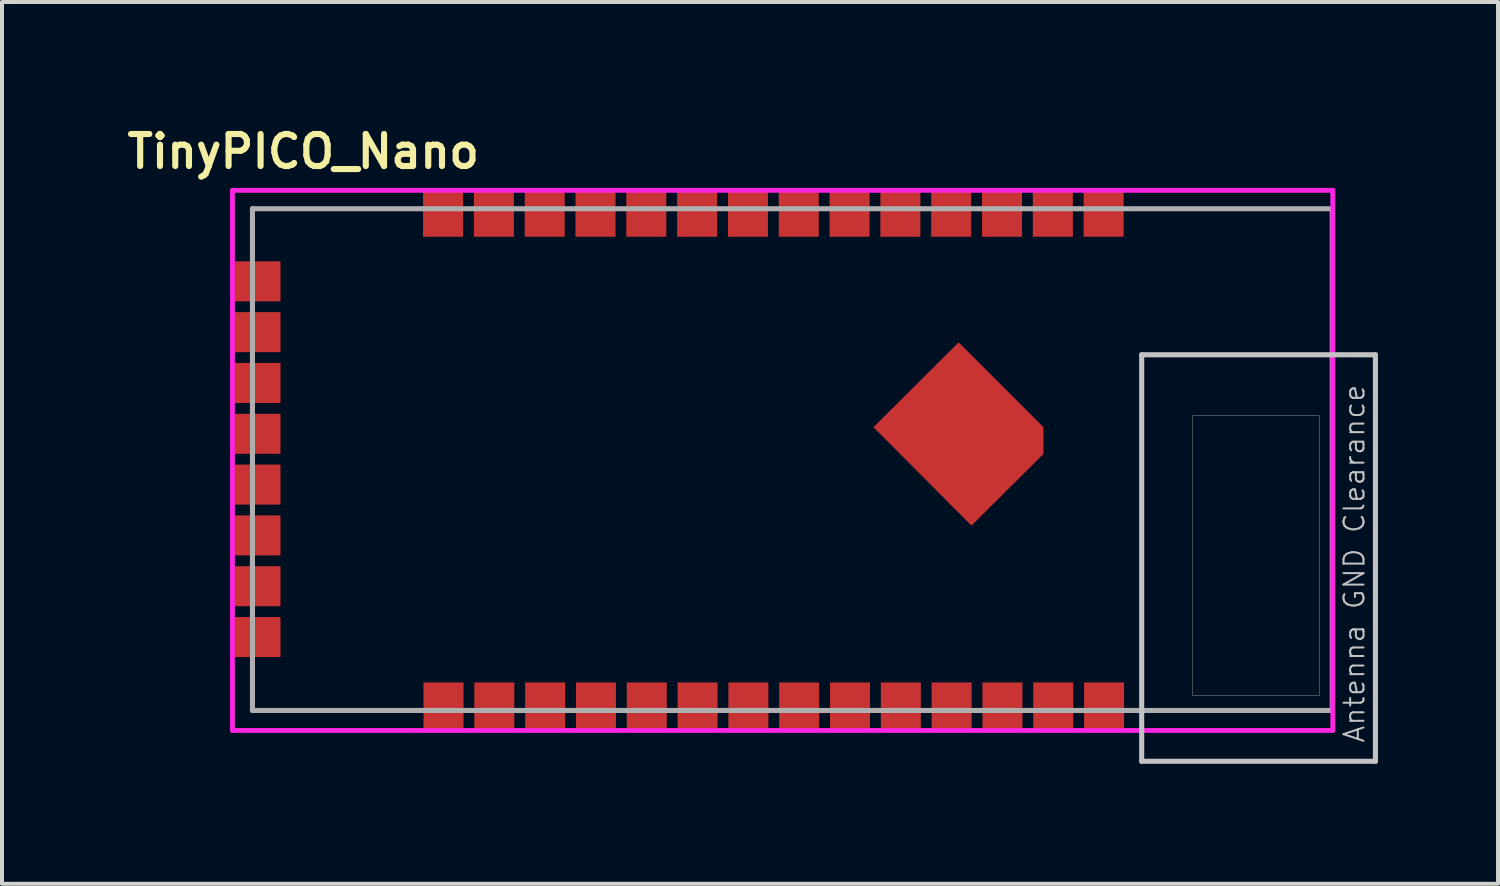
<source format=kicad_pcb>
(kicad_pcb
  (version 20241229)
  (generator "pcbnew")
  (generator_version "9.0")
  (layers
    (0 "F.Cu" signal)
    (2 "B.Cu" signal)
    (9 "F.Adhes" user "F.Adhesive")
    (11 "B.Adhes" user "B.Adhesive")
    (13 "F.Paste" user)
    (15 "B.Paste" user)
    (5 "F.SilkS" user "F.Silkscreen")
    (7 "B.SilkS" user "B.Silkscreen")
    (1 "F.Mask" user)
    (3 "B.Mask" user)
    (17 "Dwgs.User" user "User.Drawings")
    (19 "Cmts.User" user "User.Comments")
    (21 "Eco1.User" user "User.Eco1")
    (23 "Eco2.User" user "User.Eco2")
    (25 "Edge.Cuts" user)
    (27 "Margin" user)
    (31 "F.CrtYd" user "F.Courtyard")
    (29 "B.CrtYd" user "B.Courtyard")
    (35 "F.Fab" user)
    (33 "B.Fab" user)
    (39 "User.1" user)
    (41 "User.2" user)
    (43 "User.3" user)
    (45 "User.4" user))
  (footprint "TinyPICO_Nano"
    (layer "F.Cu")
    (at 3.26 14.707)
    (property "Reference" "TinyPICO_Nano" (at 1.27 -13.97 0) (layer "F.SilkS") (effects (font (size 0.8 0.8) (thickness 0.153))))
    (attr smd)
    (fp_poly (pts (xy 16.383 -7.417) (xy 17.145 -7.417) (xy 17.145 -6.655) (xy 16.383 -6.655)) (stroke (width 0.01) (type solid)) (fill yes) (layer "F.Paste"))
    (fp_poly (pts (xy 17.323 -8.382) (xy 18.085 -8.382) (xy 18.085 -7.62) (xy 17.323 -7.62)) (stroke (width 0.01) (type solid)) (fill yes) (layer "F.Paste"))
    (fp_poly (pts (xy 17.424 -6.299) (xy 18.186 -6.299) (xy 18.186 -5.537) (xy 17.424 -5.537)) (stroke (width 0.01) (type solid)) (fill yes) (layer "F.Paste"))
    (fp_poly (pts (xy 18.44 -7.315) (xy 19.202 -7.315) (xy 19.202 -6.553) (xy 18.44 -6.553)) (stroke (width 0.01) (type solid)) (fill yes) (layer "F.Paste"))
    (fp_line (start 22.225 -8.89) (end 28.067 -8.89) (stroke (width 0.127) (type solid)) (layer "Dwgs.User"))
    (fp_line (start 22.225 1.27) (end 22.225 -8.89) (stroke (width 0.127) (type solid)) (layer "Dwgs.User"))
    (fp_line (start 28.067 -8.89) (end 28.067 1.27) (stroke (width 0.127) (type solid)) (layer "Dwgs.User"))
    (fp_line (start 28.067 1.27) (end 22.225 1.27) (stroke (width 0.127) (type solid)) (layer "Dwgs.User"))
    (fp_line (start -0.5 -13) (end 27 -13) (stroke (width 0.12) (type solid)) (layer "F.CrtYd"))
    (fp_line (start -0.5 0.5) (end -0.5 -13) (stroke (width 0.12) (type solid)) (layer "F.CrtYd"))
    (fp_line (start 27 -13) (end 27 0.5) (stroke (width 0.12) (type solid)) (layer "F.CrtYd"))
    (fp_line (start 27 0.5) (end -0.5 0.5) (stroke (width 0.12) (type solid)) (layer "F.CrtYd"))
    (fp_line (start 0 -12.54) (end 26.988 -12.54) (stroke (width 0.127) (type solid)) (layer "F.Fab"))
    (fp_line (start 0 0) (end 0 -12.54) (stroke (width 0.127) (type solid)) (layer "F.Fab"))
    (fp_line (start 26.988 -12.54) (end 26.988 0) (stroke (width 0.127) (type solid)) (layer "F.Fab"))
    (fp_line (start 26.988 0) (end 0 0) (stroke (width 0.127) (type solid)) (layer "F.Fab"))
    (fp_poly (pts (xy 23.495 -7.366) (xy 26.67 -7.366) (xy 26.67 -0.381) (xy 23.495 -0.381)) (stroke (width 0.01) (type solid)) (fill no) (layer "F.Fab"))
    (fp_text user "Antenna GND Clearance" (at 27.54 -3.67 90) (layer "Dwgs.User") (effects (font (size 0.5 0.5) (thickness 0.05))))
    (pad "1" smd rect (at 0.1 -1.835) (size 1.2 1) (layers "F.Cu" "F.Mask" "F.Paste"))
    (pad "2" smd rect (at 0.1 -3.105) (size 1.2 1) (layers "F.Cu" "F.Mask" "F.Paste"))
    (pad "2" smd custom (at 17.678 -7.036) (size 2.032 2.032) (layers "F.Cu" "F.Mask" "F.Paste") (options (anchor rect)) (primitives (gr_poly (pts (xy 2.092 -0.044) (xy 2.092 0.626) (xy 0.292 2.416) (xy -2.158 -0.044) (xy -0.028 -2.164)) (width 0.0001) (fill yes))))
    (pad "3" smd rect (at 0.1 -4.375) (size 1.2 1) (layers "F.Cu" "F.Mask" "F.Paste"))
    (pad "4" smd rect (at 0.1 -5.645) (size 1.2 1) (layers "F.Cu" "F.Mask" "F.Paste"))
    (pad "5" smd rect (at 0.1 -6.915) (size 1.2 1) (layers "F.Cu" "F.Mask" "F.Paste"))
    (pad "6" smd rect (at 0.1 -8.185) (size 1.2 1) (layers "F.Cu" "F.Mask" "F.Paste"))
    (pad "7" smd rect (at 0.1 -9.455) (size 1.2 1) (layers "F.Cu" "F.Mask" "F.Paste"))
    (pad "8" smd rect (at 0.1 -10.725) (size 1.2 1) (layers "F.Cu" "F.Mask" "F.Paste"))
    (pad "9" smd rect (at 4.764 -12.44) (size 1 1.2) (layers "F.Cu" "F.Mask" "F.Paste"))
    (pad "10" smd rect (at 6.034 -12.44) (size 1 1.2) (layers "F.Cu" "F.Mask" "F.Paste"))
    (pad "11" smd rect (at 7.304 -12.44) (size 1 1.2) (layers "F.Cu" "F.Mask" "F.Paste"))
    (pad "12" smd rect (at 8.574 -12.44) (size 1 1.2) (layers "F.Cu" "F.Mask" "F.Paste"))
    (pad "13" smd rect (at 9.844 -12.44) (size 1 1.2) (layers "F.Cu" "F.Mask" "F.Paste"))
    (pad "14" smd rect (at 11.114 -12.44) (size 1 1.2) (layers "F.Cu" "F.Mask" "F.Paste"))
    (pad "15" smd rect (at 12.384 -12.44) (size 1 1.2) (layers "F.Cu" "F.Mask" "F.Paste"))
    (pad "16" smd rect (at 13.654 -12.44) (size 1 1.2) (layers "F.Cu" "F.Mask" "F.Paste"))
    (pad "17" smd rect (at 14.924 -12.44) (size 1 1.2) (layers "F.Cu" "F.Mask" "F.Paste"))
    (pad "18" smd rect (at 16.194 -12.44) (size 1 1.2) (layers "F.Cu" "F.Mask" "F.Paste"))
    (pad "19" smd rect (at 17.464 -12.44) (size 1 1.2) (layers "F.Cu" "F.Mask" "F.Paste"))
    (pad "20" smd rect (at 18.734 -12.44) (size 1 1.2) (layers "F.Cu" "F.Mask" "F.Paste"))
    (pad "21" smd rect (at 20.004 -12.44) (size 1 1.2) (layers "F.Cu" "F.Mask" "F.Paste"))
    (pad "22" smd rect (at 21.274 -12.44) (size 1 1.2) (layers "F.Cu" "F.Mask" "F.Paste"))
    (pad "23" smd rect (at 4.775 -0.1) (size 1 1.2) (layers "F.Cu" "F.Mask" "F.Paste"))
    (pad "24" smd rect (at 6.045 -0.1) (size 1 1.2) (layers "F.Cu" "F.Mask" "F.Paste"))
    (pad "25" smd rect (at 7.315 -0.1) (size 1 1.2) (layers "F.Cu" "F.Mask" "F.Paste"))
    (pad "26" smd rect (at 8.585 -0.1) (size 1 1.2) (layers "F.Cu" "F.Mask" "F.Paste"))
    (pad "27" smd rect (at 9.855 -0.1) (size 1 1.2) (layers "F.Cu" "F.Mask" "F.Paste"))
    (pad "28" smd rect (at 11.125 -0.1) (size 1 1.2) (layers "F.Cu" "F.Mask" "F.Paste"))
    (pad "29" smd rect (at 12.395 -0.1) (size 1 1.2) (layers "F.Cu" "F.Mask" "F.Paste"))
    (pad "30" smd rect (at 13.665 -0.1) (size 1 1.2) (layers "F.Cu" "F.Mask" "F.Paste"))
    (pad "31" smd rect (at 14.935 -0.1) (size 1 1.2) (layers "F.Cu" "F.Mask" "F.Paste"))
    (pad "32" smd rect (at 16.205 -0.1) (size 1 1.2) (layers "F.Cu" "F.Mask" "F.Paste"))
    (pad "33" smd rect (at 17.475 -0.1) (size 1 1.2) (layers "F.Cu" "F.Mask" "F.Paste"))
    (pad "34" smd rect (at 18.745 -0.1) (size 1 1.2) (layers "F.Cu" "F.Mask" "F.Paste"))
    (pad "35" smd rect (at 20.015 -0.1) (size 1 1.2) (layers "F.Cu" "F.Mask" "F.Paste"))
    (pad "36" smd rect (at 21.285 -0.1) (size 1 1.2) (layers "F.Cu" "F.Mask" "F.Paste")))
  (gr_rect
    (start -3 -3)
    (end 34.391 19.04)
    (stroke (width 0.1) (type default))
    (fill no)
    (layer "Edge.Cuts")))
</source>
